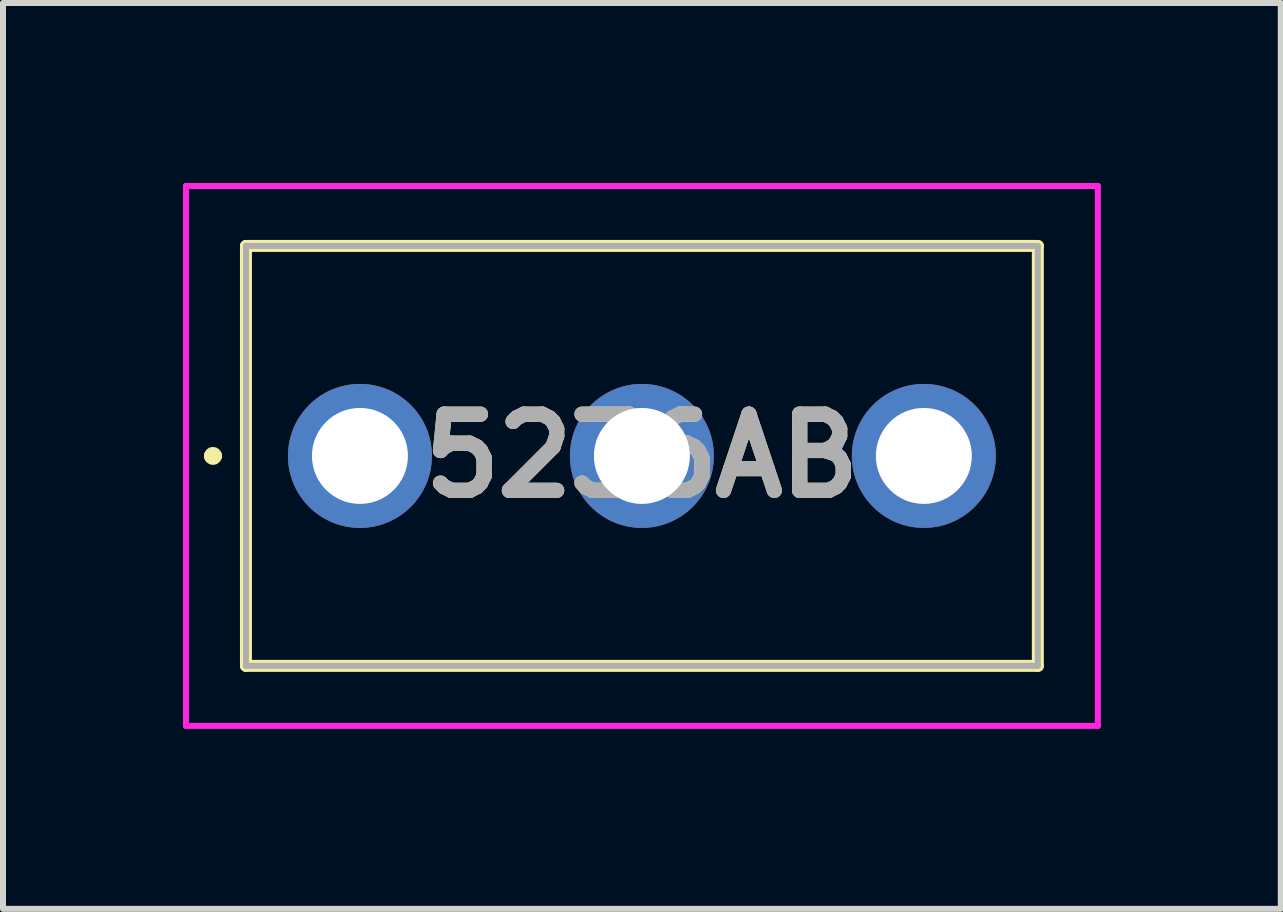
<source format=kicad_pcb>
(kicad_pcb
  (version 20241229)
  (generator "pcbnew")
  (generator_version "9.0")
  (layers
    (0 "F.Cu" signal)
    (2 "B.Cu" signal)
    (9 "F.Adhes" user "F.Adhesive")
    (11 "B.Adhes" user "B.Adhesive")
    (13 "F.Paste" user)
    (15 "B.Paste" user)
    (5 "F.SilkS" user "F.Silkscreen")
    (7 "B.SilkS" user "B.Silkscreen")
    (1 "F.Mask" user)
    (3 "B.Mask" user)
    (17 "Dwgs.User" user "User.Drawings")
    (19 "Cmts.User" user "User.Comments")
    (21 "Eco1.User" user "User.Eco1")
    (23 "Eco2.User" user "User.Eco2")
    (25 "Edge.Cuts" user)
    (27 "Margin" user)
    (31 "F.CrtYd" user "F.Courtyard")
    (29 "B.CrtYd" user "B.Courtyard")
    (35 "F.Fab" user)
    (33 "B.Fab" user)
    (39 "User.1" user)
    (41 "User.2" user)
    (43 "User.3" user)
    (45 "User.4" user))
  (footprint "5236AB"
    (layer "F.Cu")
    (at 2.95 4.55)
    (property "Reference" "5236AB" (at 4.7 0 0) (layer "F.SilkS") (effects (font (size 1.27 1.27) (thickness 0.254))))
    (attr through_hole)
    (fp_line (start -2.5 0) (end -2.5 0) (stroke (width 0.2) (type solid)) (layer "F.SilkS"))
    (fp_line (start -2.4 0) (end -2.4 0) (stroke (width 0.2) (type solid)) (layer "F.SilkS"))
    (fp_line (start -1.9 -3.5) (end 11.3 -3.5) (stroke (width 0.2) (type solid)) (layer "F.SilkS"))
    (fp_line (start -1.9 3.5) (end -1.9 -3.5) (stroke (width 0.2) (type solid)) (layer "F.SilkS"))
    (fp_line (start 11.3 -3.5) (end 11.3 3.5) (stroke (width 0.2) (type solid)) (layer "F.SilkS"))
    (fp_line (start 11.3 3.5) (end -1.9 3.5) (stroke (width 0.2) (type solid)) (layer "F.SilkS"))
    (fp_arc (start -2.5 0) (mid -2.45 -0.05) (end -2.4 0) (stroke (width 0.2) (type solid)) (layer "F.SilkS"))
    (fp_arc (start -2.4 0) (mid -2.45 0.05) (end -2.5 0) (stroke (width 0.2) (type solid)) (layer "F.SilkS"))
    (fp_line (start -2.9 -4.5) (end 12.3 -4.5) (stroke (width 0.1) (type solid)) (layer "F.CrtYd"))
    (fp_line (start -2.9 4.5) (end -2.9 -4.5) (stroke (width 0.1) (type solid)) (layer "F.CrtYd"))
    (fp_line (start 12.3 -4.5) (end 12.3 4.5) (stroke (width 0.1) (type solid)) (layer "F.CrtYd"))
    (fp_line (start 12.3 4.5) (end -2.9 4.5) (stroke (width 0.1) (type solid)) (layer "F.CrtYd"))
    (fp_line (start -1.9 -3.5) (end 11.3 -3.5) (stroke (width 0.1) (type solid)) (layer "F.Fab"))
    (fp_line (start -1.9 3.5) (end -1.9 -3.5) (stroke (width 0.1) (type solid)) (layer "F.Fab"))
    (fp_line (start 11.3 -3.5) (end 11.3 3.5) (stroke (width 0.1) (type solid)) (layer "F.Fab"))
    (fp_line (start 11.3 3.5) (end -1.9 3.5) (stroke (width 0.1) (type solid)) (layer "F.Fab"))
    (fp_text user "${REFERENCE}" (at 4.7 0 0) (layer "F.Fab") (effects (font (size 1.27 1.27) (thickness 0.254))))
    (pad "1" thru_hole circle (at 0 0) (size 2.4 2.4) (drill 1.6) (layers "*.Cu" "*.Mask"))
    (pad "2" thru_hole circle (at 4.7 0) (size 2.4 2.4) (drill 1.6) (layers "*.Cu" "*.Mask"))
    (pad "3" thru_hole circle (at 9.4 0) (size 2.4 2.4) (drill 1.6) (layers "*.Cu" "*.Mask")))
  (gr_rect
    (start -3 -3)
    (end 18.3 12.1)
    (stroke (width 0.1) (type default))
    (fill no)
    (layer "Edge.Cuts")))
</source>
